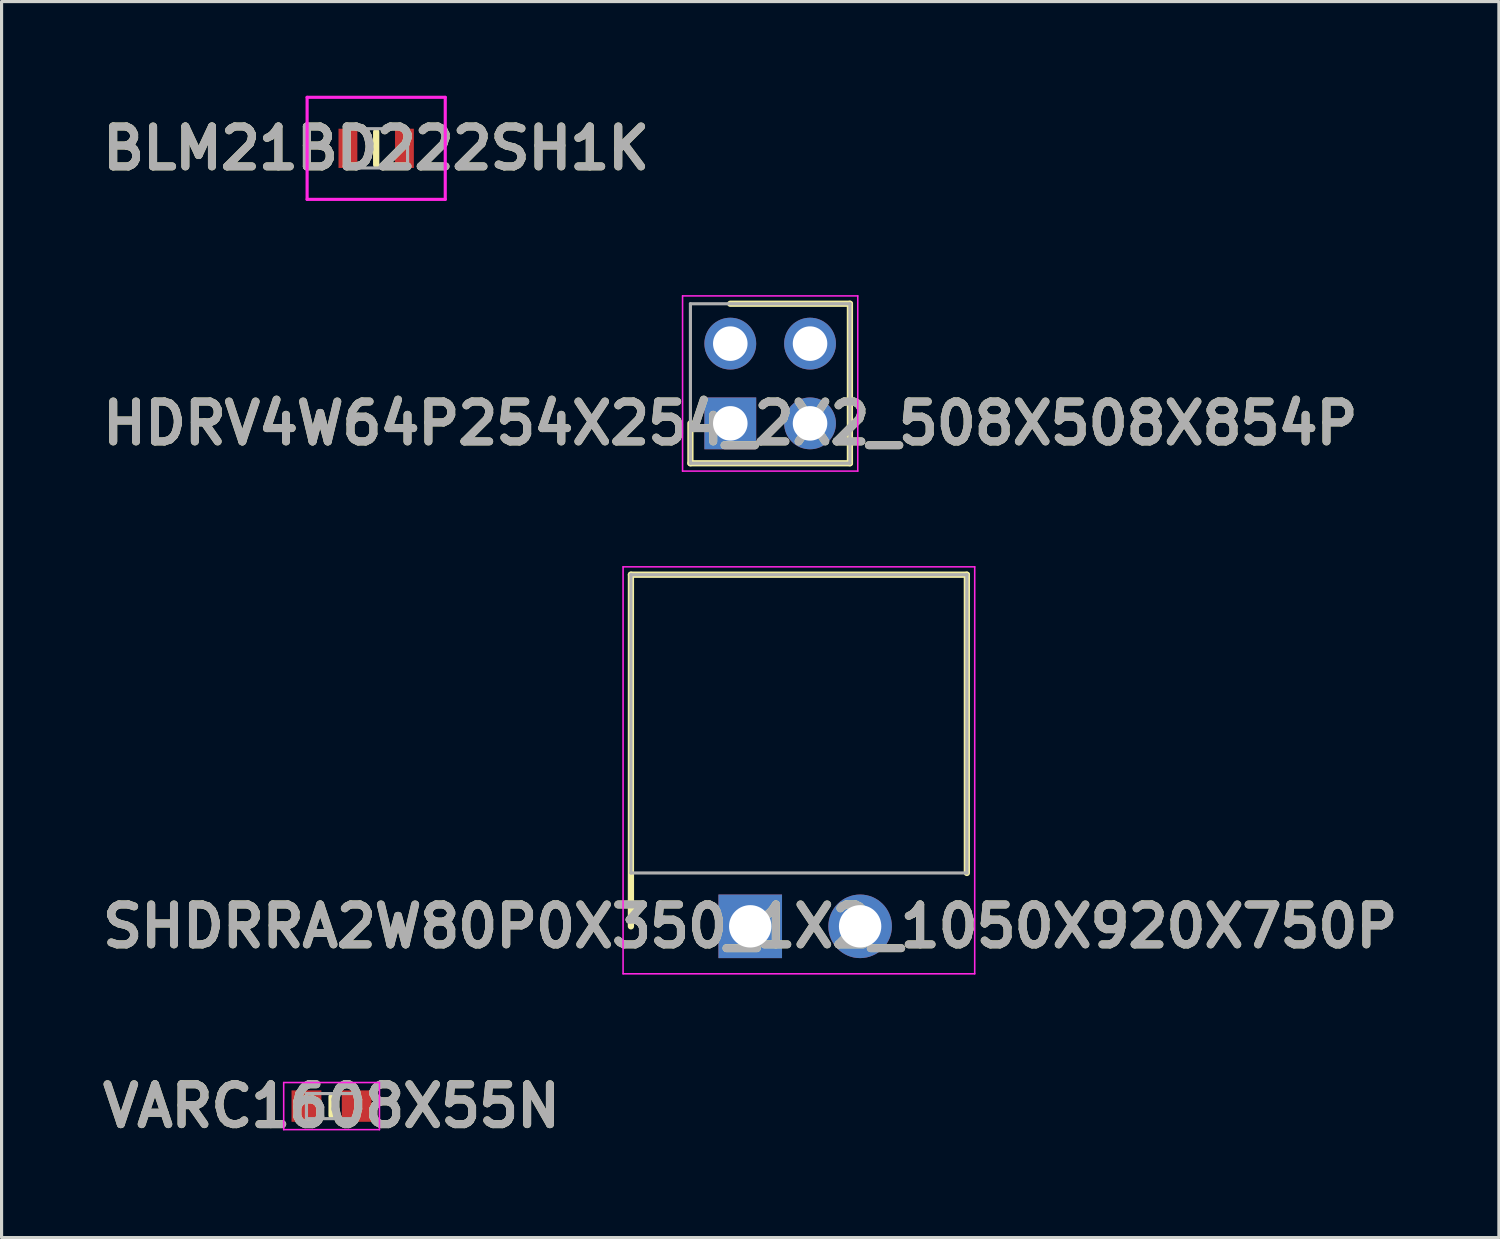
<source format=kicad_pcb>
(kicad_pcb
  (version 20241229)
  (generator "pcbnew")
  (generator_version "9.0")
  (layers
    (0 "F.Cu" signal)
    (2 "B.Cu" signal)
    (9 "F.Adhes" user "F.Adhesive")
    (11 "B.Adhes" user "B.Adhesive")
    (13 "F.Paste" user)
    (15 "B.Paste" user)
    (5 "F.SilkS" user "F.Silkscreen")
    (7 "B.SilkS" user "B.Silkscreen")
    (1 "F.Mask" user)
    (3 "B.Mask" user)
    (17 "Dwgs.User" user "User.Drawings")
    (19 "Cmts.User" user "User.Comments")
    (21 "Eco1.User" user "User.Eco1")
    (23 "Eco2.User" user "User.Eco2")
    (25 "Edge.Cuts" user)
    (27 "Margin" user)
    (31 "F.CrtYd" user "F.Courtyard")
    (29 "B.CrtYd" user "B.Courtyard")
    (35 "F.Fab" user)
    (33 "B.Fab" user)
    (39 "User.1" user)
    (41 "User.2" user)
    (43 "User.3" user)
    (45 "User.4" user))
  (footprint "BLM21BD222SH1K"
    (layer "F.Cu")
    (at 8.932 1.675)
    (property "Reference" "BLM21BD222SH1K" (at 0 0 0) (layer "F.SilkS") (effects (font (size 1.27 1.27) (thickness 0.254))))
    (attr smd)
    (fp_line (start 0 -0.525) (end 0 0.525) (stroke (width 0.2) (type solid)) (layer "F.SilkS"))
    (fp_line (start -2.2 -1.625) (end 2.2 -1.625) (stroke (width 0.1) (type solid)) (layer "F.CrtYd"))
    (fp_line (start -2.2 1.625) (end -2.2 -1.625) (stroke (width 0.1) (type solid)) (layer "F.CrtYd"))
    (fp_line (start 2.2 -1.625) (end 2.2 1.625) (stroke (width 0.1) (type solid)) (layer "F.CrtYd"))
    (fp_line (start 2.2 1.625) (end -2.2 1.625) (stroke (width 0.1) (type solid)) (layer "F.CrtYd"))
    (fp_line (start -1 -0.625) (end 1 -0.625) (stroke (width 0.1) (type solid)) (layer "F.Fab"))
    (fp_line (start -1 0.625) (end -1 -0.625) (stroke (width 0.1) (type solid)) (layer "F.Fab"))
    (fp_line (start 1 -0.625) (end 1 0.625) (stroke (width 0.1) (type solid)) (layer "F.Fab"))
    (fp_line (start 1 0.625) (end -1 0.625) (stroke (width 0.1) (type solid)) (layer "F.Fab"))
    (fp_text user "${REFERENCE}" (at 0 0 0) (layer "F.Fab") (effects (font (size 1.27 1.27) (thickness 0.254))))
    (pad "1" smd rect (at -0.9 0) (size 0.6 1.25) (layers "F.Cu" "F.Mask" "F.Paste"))
    (pad "2" smd rect (at 0.9 0) (size 0.6 1.25) (layers "F.Cu" "F.Mask" "F.Paste")))
  (footprint "HDRV4W64P254X254_2X2_508X508X854P"
    (layer "F.Cu")
    (at 20.211 10.435)
    (property "Reference" "HDRV4W64P254X254_2X2_508X508X854P" (at 0 0 0) (layer "F.SilkS") (effects (font (size 1.27 1.27) (thickness 0.254))))
    (attr through_hole)
    (fp_line (start -1.27 0) (end -1.27 1.27) (stroke (width 0.2) (type solid)) (layer "F.SilkS"))
    (fp_line (start -1.27 1.27) (end 3.81 1.27) (stroke (width 0.2) (type solid)) (layer "F.SilkS"))
    (fp_line (start 3.81 -3.81) (end 0 -3.81) (stroke (width 0.2) (type solid)) (layer "F.SilkS"))
    (fp_line (start 3.81 1.27) (end 3.81 -3.81) (stroke (width 0.2) (type solid)) (layer "F.SilkS"))
    (fp_line (start -1.52 -4.06) (end 4.06 -4.06) (stroke (width 0.05) (type solid)) (layer "F.CrtYd"))
    (fp_line (start -1.52 1.52) (end -1.52 -4.06) (stroke (width 0.05) (type solid)) (layer "F.CrtYd"))
    (fp_line (start 4.06 -4.06) (end 4.06 1.52) (stroke (width 0.05) (type solid)) (layer "F.CrtYd"))
    (fp_line (start 4.06 1.52) (end -1.52 1.52) (stroke (width 0.05) (type solid)) (layer "F.CrtYd"))
    (fp_line (start -1.27 -3.81) (end 3.81 -3.81) (stroke (width 0.1) (type solid)) (layer "F.Fab"))
    (fp_line (start -1.27 1.27) (end -1.27 -3.81) (stroke (width 0.1) (type solid)) (layer "F.Fab"))
    (fp_line (start 3.81 -3.81) (end 3.81 1.27) (stroke (width 0.1) (type solid)) (layer "F.Fab"))
    (fp_line (start 3.81 1.27) (end -1.27 1.27) (stroke (width 0.1) (type solid)) (layer "F.Fab"))
    (fp_text user "${REFERENCE}" (at 0 0 0) (layer "F.Fab") (effects (font (size 1.27 1.27) (thickness 0.254))))
    (pad "1" thru_hole rect (at 0 0) (size 1.65 1.65) (drill 1.1) (layers "*.Cu" "*.Mask"))
    (pad "2" thru_hole circle (at 0 -2.54) (size 1.65 1.65) (drill 1.1) (layers "*.Cu" "*.Mask"))
    (pad "3" thru_hole circle (at 2.54 0) (size 1.65 1.65) (drill 1.1) (layers "*.Cu" "*.Mask"))
    (pad "4" thru_hole circle (at 2.54 -2.54) (size 1.65 1.65) (drill 1.1) (layers "*.Cu" "*.Mask")))
  (footprint "SHDRRA2W80P0X350_1X2_1050X920X750P"
    (layer "F.Cu")
    (at 20.846 26.455)
    (property "Reference" "SHDRRA2W80P0X350_1X2_1050X920X750P" (at 0 0 0) (layer "F.SilkS") (effects (font (size 1.27 1.27) (thickness 0.254))))
    (attr through_hole)
    (fp_line (start -3.8 -11.2) (end 6.9 -11.2) (stroke (width 0.2) (type solid)) (layer "F.SilkS"))
    (fp_line (start -3.8 0) (end -3.8 -11.2) (stroke (width 0.2) (type solid)) (layer "F.SilkS"))
    (fp_line (start 6.9 -11.2) (end 6.9 -1.7) (stroke (width 0.2) (type solid)) (layer "F.SilkS"))
    (fp_line (start -4.05 -11.45) (end -4.05 1.512) (stroke (width 0.05) (type solid)) (layer "F.CrtYd"))
    (fp_line (start -4.05 1.512) (end 7.15 1.512) (stroke (width 0.05) (type solid)) (layer "F.CrtYd"))
    (fp_line (start 7.15 -11.45) (end -4.05 -11.45) (stroke (width 0.05) (type solid)) (layer "F.CrtYd"))
    (fp_line (start 7.15 1.512) (end 7.15 -11.45) (stroke (width 0.05) (type solid)) (layer "F.CrtYd"))
    (fp_line (start -3.8 -11.2) (end 6.9 -11.2) (stroke (width 0.1) (type solid)) (layer "F.Fab"))
    (fp_line (start -3.8 -1.7) (end -3.8 -11.2) (stroke (width 0.1) (type solid)) (layer "F.Fab"))
    (fp_line (start 6.9 -11.2) (end 6.9 -1.7) (stroke (width 0.1) (type solid)) (layer "F.Fab"))
    (fp_line (start 6.9 -1.7) (end -3.8 -1.7) (stroke (width 0.1) (type solid)) (layer "F.Fab"))
    (fp_text user "${REFERENCE}" (at 0 0 0) (layer "F.Fab") (effects (font (size 1.27 1.27) (thickness 0.254))))
    (pad "1" thru_hole rect (at 0 0) (size 2.025 2.025) (drill 1.35) (layers "*.Cu" "*.Mask"))
    (pad "2" thru_hole circle (at 3.5 0) (size 2.025 2.025) (drill 1.35) (layers "*.Cu" "*.Mask")))
  (footprint "VARC1608X55N"
    (layer "F.Cu")
    (at 7.511 32.181)
    (property "Reference" "VARC1608X55N" (at 0 0 0) (layer "F.SilkS") (effects (font (size 1.27 1.27) (thickness 0.254))))
    (attr smd)
    (fp_line (start 0 -0.3) (end 0 0.3) (stroke (width 0.2) (type solid)) (layer "F.SilkS"))
    (fp_line (start -1.525 -0.75) (end 1.525 -0.75) (stroke (width 0.05) (type solid)) (layer "F.CrtYd"))
    (fp_line (start -1.525 0.75) (end -1.525 -0.75) (stroke (width 0.05) (type solid)) (layer "F.CrtYd"))
    (fp_line (start 1.525 -0.75) (end 1.525 0.75) (stroke (width 0.05) (type solid)) (layer "F.CrtYd"))
    (fp_line (start 1.525 0.75) (end -1.525 0.75) (stroke (width 0.05) (type solid)) (layer "F.CrtYd"))
    (fp_line (start -0.8 -0.4) (end 0.8 -0.4) (stroke (width 0.1) (type solid)) (layer "F.Fab"))
    (fp_line (start -0.8 0.4) (end -0.8 -0.4) (stroke (width 0.1) (type solid)) (layer "F.Fab"))
    (fp_line (start 0.8 -0.4) (end 0.8 0.4) (stroke (width 0.1) (type solid)) (layer "F.Fab"))
    (fp_line (start 0.8 0.4) (end -0.8 0.4) (stroke (width 0.1) (type solid)) (layer "F.Fab"))
    (fp_text user "${REFERENCE}" (at 0 0 0) (layer "F.Fab") (effects (font (size 1.27 1.27) (thickness 0.254))))
    (pad "1" smd rect (at -0.8 0) (size 0.95 1) (layers "F.Cu" "F.Mask" "F.Paste"))
    (pad "2" smd rect (at 0.8 0) (size 0.95 1) (layers "F.Cu" "F.Mask" "F.Paste")))
  (gr_rect
    (start -3 -3)
    (end 44.692 36.369)
    (stroke (width 0.1) (type default))
    (fill no)
    (layer "Edge.Cuts")))
</source>
